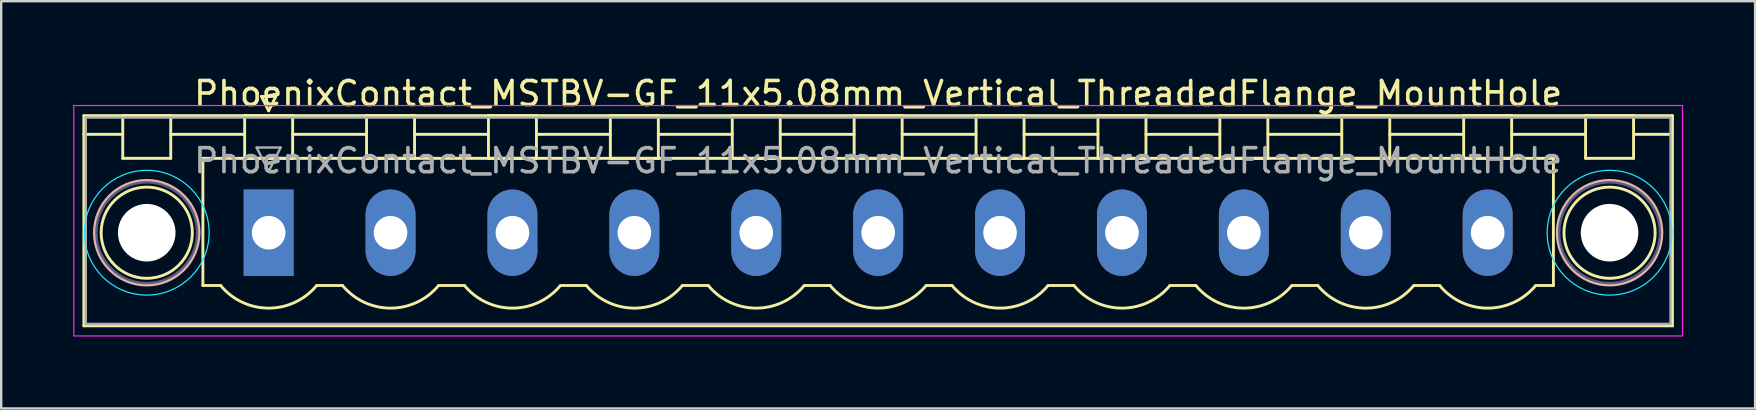
<source format=kicad_pcb>
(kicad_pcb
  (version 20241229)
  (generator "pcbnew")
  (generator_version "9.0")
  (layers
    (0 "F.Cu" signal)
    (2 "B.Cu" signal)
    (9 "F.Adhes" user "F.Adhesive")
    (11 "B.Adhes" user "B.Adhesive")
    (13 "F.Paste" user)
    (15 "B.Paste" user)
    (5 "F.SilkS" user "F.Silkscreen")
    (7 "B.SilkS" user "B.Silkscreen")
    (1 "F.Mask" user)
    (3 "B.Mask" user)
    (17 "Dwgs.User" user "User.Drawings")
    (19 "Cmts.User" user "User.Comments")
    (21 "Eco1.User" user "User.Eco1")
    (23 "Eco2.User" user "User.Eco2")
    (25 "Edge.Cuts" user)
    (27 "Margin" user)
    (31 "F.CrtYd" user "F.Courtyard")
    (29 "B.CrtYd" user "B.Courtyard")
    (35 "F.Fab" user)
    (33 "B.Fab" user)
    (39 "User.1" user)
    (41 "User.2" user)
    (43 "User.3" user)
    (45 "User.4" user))
  (footprint "PhoenixContact_MSTBV-GF_11x5.08mm_Vertical_ThreadedFlange_MountHole"
    (layer "F.Cu")
    (at 8.145 6.648)
    (property "Reference" "PhoenixContact_MSTBV-GF_11x5.08mm_Vertical_ThreadedFlange_MountHole" (at 25.4 -5.8 0) (layer "F.SilkS") (effects (font (size 1 1) (thickness 0.15))))
    (attr through_hole)
    (fp_line (start -7.7 -4.88) (end -7.7 3.88) (stroke (width 0.12) (type solid)) (layer "F.SilkS"))
    (fp_line (start -7.7 -4.1) (end -6.16 -4.1) (stroke (width 0.12) (type solid)) (layer "F.SilkS"))
    (fp_line (start -7.7 3.88) (end 58.5 3.88) (stroke (width 0.12) (type solid)) (layer "F.SilkS"))
    (fp_line (start -6.08 -4.88) (end -4.08 -4.88) (stroke (width 0.12) (type solid)) (layer "F.SilkS"))
    (fp_line (start -6.08 -3.1) (end -6.08 -4.88) (stroke (width 0.12) (type solid)) (layer "F.SilkS"))
    (fp_line (start -4.08 -4.88) (end -4.08 -3.1) (stroke (width 0.12) (type solid)) (layer "F.SilkS"))
    (fp_line (start -4.08 -4.1) (end -1 -4.1) (stroke (width 0.12) (type solid)) (layer "F.SilkS"))
    (fp_line (start -4.08 -3.1) (end -6.08 -3.1) (stroke (width 0.12) (type solid)) (layer "F.SilkS"))
    (fp_line (start -2.74 -3.1) (end 53.54 -3.1) (stroke (width 0.12) (type solid)) (layer "F.SilkS"))
    (fp_line (start -2.74 2.2) (end -2.74 -3.1) (stroke (width 0.12) (type solid)) (layer "F.SilkS"))
    (fp_line (start -2 2.2) (end -2.74 2.2) (stroke (width 0.12) (type solid)) (layer "F.SilkS"))
    (fp_line (start -1 -4.88) (end 1 -4.88) (stroke (width 0.12) (type solid)) (layer "F.SilkS"))
    (fp_line (start -1 -3.1) (end -1 -4.88) (stroke (width 0.12) (type solid)) (layer "F.SilkS"))
    (fp_line (start -0.3 -5.68) (end 0.3 -5.68) (stroke (width 0.12) (type solid)) (layer "F.SilkS"))
    (fp_line (start 0 -5.08) (end -0.3 -5.68) (stroke (width 0.12) (type solid)) (layer "F.SilkS"))
    (fp_line (start 0.3 -5.68) (end 0 -5.08) (stroke (width 0.12) (type solid)) (layer "F.SilkS"))
    (fp_line (start 1 -4.88) (end 1 -3.1) (stroke (width 0.12) (type solid)) (layer "F.SilkS"))
    (fp_line (start 1 -4.1) (end 4.08 -4.1) (stroke (width 0.12) (type solid)) (layer "F.SilkS"))
    (fp_line (start 1 -3.1) (end -1 -3.1) (stroke (width 0.12) (type solid)) (layer "F.SilkS"))
    (fp_line (start 2 2.2) (end 3.08 2.2) (stroke (width 0.12) (type solid)) (layer "F.SilkS"))
    (fp_line (start 4.08 -4.88) (end 6.08 -4.88) (stroke (width 0.12) (type solid)) (layer "F.SilkS"))
    (fp_line (start 4.08 -3.1) (end 4.08 -4.88) (stroke (width 0.12) (type solid)) (layer "F.SilkS"))
    (fp_line (start 6.08 -4.88) (end 6.08 -3.1) (stroke (width 0.12) (type solid)) (layer "F.SilkS"))
    (fp_line (start 6.08 -4.1) (end 9.16 -4.1) (stroke (width 0.12) (type solid)) (layer "F.SilkS"))
    (fp_line (start 6.08 -3.1) (end 4.08 -3.1) (stroke (width 0.12) (type solid)) (layer "F.SilkS"))
    (fp_line (start 7.08 2.2) (end 8.16 2.2) (stroke (width 0.12) (type solid)) (layer "F.SilkS"))
    (fp_line (start 9.16 -4.88) (end 11.16 -4.88) (stroke (width 0.12) (type solid)) (layer "F.SilkS"))
    (fp_line (start 9.16 -3.1) (end 9.16 -4.88) (stroke (width 0.12) (type solid)) (layer "F.SilkS"))
    (fp_line (start 11.16 -4.88) (end 11.16 -3.1) (stroke (width 0.12) (type solid)) (layer "F.SilkS"))
    (fp_line (start 11.16 -4.1) (end 14.24 -4.1) (stroke (width 0.12) (type solid)) (layer "F.SilkS"))
    (fp_line (start 11.16 -3.1) (end 9.16 -3.1) (stroke (width 0.12) (type solid)) (layer "F.SilkS"))
    (fp_line (start 12.16 2.2) (end 13.24 2.2) (stroke (width 0.12) (type solid)) (layer "F.SilkS"))
    (fp_line (start 14.24 -4.88) (end 16.24 -4.88) (stroke (width 0.12) (type solid)) (layer "F.SilkS"))
    (fp_line (start 14.24 -3.1) (end 14.24 -4.88) (stroke (width 0.12) (type solid)) (layer "F.SilkS"))
    (fp_line (start 16.24 -4.88) (end 16.24 -3.1) (stroke (width 0.12) (type solid)) (layer "F.SilkS"))
    (fp_line (start 16.24 -4.1) (end 19.32 -4.1) (stroke (width 0.12) (type solid)) (layer "F.SilkS"))
    (fp_line (start 16.24 -3.1) (end 14.24 -3.1) (stroke (width 0.12) (type solid)) (layer "F.SilkS"))
    (fp_line (start 17.24 2.2) (end 18.32 2.2) (stroke (width 0.12) (type solid)) (layer "F.SilkS"))
    (fp_line (start 19.32 -4.88) (end 21.32 -4.88) (stroke (width 0.12) (type solid)) (layer "F.SilkS"))
    (fp_line (start 19.32 -3.1) (end 19.32 -4.88) (stroke (width 0.12) (type solid)) (layer "F.SilkS"))
    (fp_line (start 21.32 -4.88) (end 21.32 -3.1) (stroke (width 0.12) (type solid)) (layer "F.SilkS"))
    (fp_line (start 21.32 -4.1) (end 24.4 -4.1) (stroke (width 0.12) (type solid)) (layer "F.SilkS"))
    (fp_line (start 21.32 -3.1) (end 19.32 -3.1) (stroke (width 0.12) (type solid)) (layer "F.SilkS"))
    (fp_line (start 22.32 2.2) (end 23.4 2.2) (stroke (width 0.12) (type solid)) (layer "F.SilkS"))
    (fp_line (start 24.4 -4.88) (end 26.4 -4.88) (stroke (width 0.12) (type solid)) (layer "F.SilkS"))
    (fp_line (start 24.4 -3.1) (end 24.4 -4.88) (stroke (width 0.12) (type solid)) (layer "F.SilkS"))
    (fp_line (start 26.4 -4.88) (end 26.4 -3.1) (stroke (width 0.12) (type solid)) (layer "F.SilkS"))
    (fp_line (start 26.4 -4.1) (end 29.48 -4.1) (stroke (width 0.12) (type solid)) (layer "F.SilkS"))
    (fp_line (start 26.4 -3.1) (end 24.4 -3.1) (stroke (width 0.12) (type solid)) (layer "F.SilkS"))
    (fp_line (start 27.4 2.2) (end 28.48 2.2) (stroke (width 0.12) (type solid)) (layer "F.SilkS"))
    (fp_line (start 29.48 -4.88) (end 31.48 -4.88) (stroke (width 0.12) (type solid)) (layer "F.SilkS"))
    (fp_line (start 29.48 -3.1) (end 29.48 -4.88) (stroke (width 0.12) (type solid)) (layer "F.SilkS"))
    (fp_line (start 31.48 -4.88) (end 31.48 -3.1) (stroke (width 0.12) (type solid)) (layer "F.SilkS"))
    (fp_line (start 31.48 -4.1) (end 34.56 -4.1) (stroke (width 0.12) (type solid)) (layer "F.SilkS"))
    (fp_line (start 31.48 -3.1) (end 29.48 -3.1) (stroke (width 0.12) (type solid)) (layer "F.SilkS"))
    (fp_line (start 32.48 2.2) (end 33.56 2.2) (stroke (width 0.12) (type solid)) (layer "F.SilkS"))
    (fp_line (start 34.56 -4.88) (end 36.56 -4.88) (stroke (width 0.12) (type solid)) (layer "F.SilkS"))
    (fp_line (start 34.56 -3.1) (end 34.56 -4.88) (stroke (width 0.12) (type solid)) (layer "F.SilkS"))
    (fp_line (start 36.56 -4.88) (end 36.56 -3.1) (stroke (width 0.12) (type solid)) (layer "F.SilkS"))
    (fp_line (start 36.56 -4.1) (end 39.64 -4.1) (stroke (width 0.12) (type solid)) (layer "F.SilkS"))
    (fp_line (start 36.56 -3.1) (end 34.56 -3.1) (stroke (width 0.12) (type solid)) (layer "F.SilkS"))
    (fp_line (start 37.56 2.2) (end 38.64 2.2) (stroke (width 0.12) (type solid)) (layer "F.SilkS"))
    (fp_line (start 39.64 -4.88) (end 41.64 -4.88) (stroke (width 0.12) (type solid)) (layer "F.SilkS"))
    (fp_line (start 39.64 -3.1) (end 39.64 -4.88) (stroke (width 0.12) (type solid)) (layer "F.SilkS"))
    (fp_line (start 41.64 -4.88) (end 41.64 -3.1) (stroke (width 0.12) (type solid)) (layer "F.SilkS"))
    (fp_line (start 41.64 -4.1) (end 44.72 -4.1) (stroke (width 0.12) (type solid)) (layer "F.SilkS"))
    (fp_line (start 41.64 -3.1) (end 39.64 -3.1) (stroke (width 0.12) (type solid)) (layer "F.SilkS"))
    (fp_line (start 42.64 2.2) (end 43.72 2.2) (stroke (width 0.12) (type solid)) (layer "F.SilkS"))
    (fp_line (start 44.72 -4.88) (end 46.72 -4.88) (stroke (width 0.12) (type solid)) (layer "F.SilkS"))
    (fp_line (start 44.72 -3.1) (end 44.72 -4.88) (stroke (width 0.12) (type solid)) (layer "F.SilkS"))
    (fp_line (start 46.72 -4.88) (end 46.72 -3.1) (stroke (width 0.12) (type solid)) (layer "F.SilkS"))
    (fp_line (start 46.72 -4.1) (end 49.8 -4.1) (stroke (width 0.12) (type solid)) (layer "F.SilkS"))
    (fp_line (start 46.72 -3.1) (end 44.72 -3.1) (stroke (width 0.12) (type solid)) (layer "F.SilkS"))
    (fp_line (start 47.72 2.2) (end 48.8 2.2) (stroke (width 0.12) (type solid)) (layer "F.SilkS"))
    (fp_line (start 49.8 -4.88) (end 51.8 -4.88) (stroke (width 0.12) (type solid)) (layer "F.SilkS"))
    (fp_line (start 49.8 -3.1) (end 49.8 -4.88) (stroke (width 0.12) (type solid)) (layer "F.SilkS"))
    (fp_line (start 51.8 -4.88) (end 51.8 -3.1) (stroke (width 0.12) (type solid)) (layer "F.SilkS"))
    (fp_line (start 51.8 -4.1) (end 54.88 -4.1) (stroke (width 0.12) (type solid)) (layer "F.SilkS"))
    (fp_line (start 51.8 -3.1) (end 49.8 -3.1) (stroke (width 0.12) (type solid)) (layer "F.SilkS"))
    (fp_line (start 53.54 -3.1) (end 53.54 2.2) (stroke (width 0.12) (type solid)) (layer "F.SilkS"))
    (fp_line (start 53.54 2.2) (end 52.8 2.2) (stroke (width 0.12) (type solid)) (layer "F.SilkS"))
    (fp_line (start 54.88 -4.88) (end 56.88 -4.88) (stroke (width 0.12) (type solid)) (layer "F.SilkS"))
    (fp_line (start 54.88 -3.1) (end 54.88 -4.88) (stroke (width 0.12) (type solid)) (layer "F.SilkS"))
    (fp_line (start 56.88 -4.88) (end 56.88 -3.1) (stroke (width 0.12) (type solid)) (layer "F.SilkS"))
    (fp_line (start 56.88 -3.1) (end 54.88 -3.1) (stroke (width 0.12) (type solid)) (layer "F.SilkS"))
    (fp_line (start 58.5 -4.88) (end -7.7 -4.88) (stroke (width 0.12) (type solid)) (layer "F.SilkS"))
    (fp_line (start 58.5 -4.1) (end 56.96 -4.1) (stroke (width 0.12) (type solid)) (layer "F.SilkS"))
    (fp_line (start 58.5 3.88) (end 58.5 -4.88) (stroke (width 0.12) (type solid)) (layer "F.SilkS"))
    (fp_arc (start 1.986842 2.215821) (mid -0.010289 3.142758) (end -2 2.2) (stroke (width 0.12) (type solid)) (layer "F.SilkS"))
    (fp_arc (start 7.066842 2.215821) (mid 5.069711 3.142758) (end 3.08 2.2) (stroke (width 0.12) (type solid)) (layer "F.SilkS"))
    (fp_arc (start 12.146842 2.215821) (mid 10.149711 3.142758) (end 8.16 2.2) (stroke (width 0.12) (type solid)) (layer "F.SilkS"))
    (fp_arc (start 17.226842 2.215821) (mid 15.229711 3.142758) (end 13.24 2.2) (stroke (width 0.12) (type solid)) (layer "F.SilkS"))
    (fp_arc (start 22.306842 2.215821) (mid 20.309711 3.142758) (end 18.32 2.2) (stroke (width 0.12) (type solid)) (layer "F.SilkS"))
    (fp_arc (start 27.386842 2.215821) (mid 25.389711 3.142758) (end 23.4 2.2) (stroke (width 0.12) (type solid)) (layer "F.SilkS"))
    (fp_arc (start 32.466842 2.215821) (mid 30.469711 3.142758) (end 28.48 2.2) (stroke (width 0.12) (type solid)) (layer "F.SilkS"))
    (fp_arc (start 37.546842 2.215821) (mid 35.549711 3.142758) (end 33.56 2.2) (stroke (width 0.12) (type solid)) (layer "F.SilkS"))
    (fp_arc (start 42.626842 2.215821) (mid 40.629711 3.142758) (end 38.64 2.2) (stroke (width 0.12) (type solid)) (layer "F.SilkS"))
    (fp_arc (start 47.706842 2.215821) (mid 45.709711 3.142758) (end 43.72 2.2) (stroke (width 0.12) (type solid)) (layer "F.SilkS"))
    (fp_arc (start 52.786842 2.215821) (mid 50.789711 3.142758) (end 48.8 2.2) (stroke (width 0.12) (type solid)) (layer "F.SilkS"))
    (fp_circle (center -5.08 0) (end -3.18 0) (stroke (width 0.12) (type solid)) (fill no) (layer "F.SilkS"))
    (fp_circle (center 55.88 0) (end 57.78 0) (stroke (width 0.12) (type solid)) (fill no) (layer "F.SilkS"))
    (fp_circle (center -5.08 0) (end -2.9 0) (stroke (width 0.12) (type solid)) (fill no) (layer "B.SilkS"))
    (fp_circle (center 55.88 0) (end 58.06 0) (stroke (width 0.12) (type solid)) (fill no) (layer "B.SilkS"))
    (fp_circle (center -5.08 0) (end -2.48 0) (stroke (width 0.05) (type solid)) (fill no) (layer "B.CrtYd"))
    (fp_circle (center 55.88 0) (end 58.48 0) (stroke (width 0.05) (type solid)) (fill no) (layer "B.CrtYd"))
    (fp_line (start -8.12 -5.3) (end -8.12 4.3) (stroke (width 0.05) (type solid)) (layer "F.CrtYd"))
    (fp_line (start -8.12 4.3) (end 58.92 4.3) (stroke (width 0.05) (type solid)) (layer "F.CrtYd"))
    (fp_line (start 58.92 -5.3) (end -8.12 -5.3) (stroke (width 0.05) (type solid)) (layer "F.CrtYd"))
    (fp_line (start 58.92 4.3) (end 58.92 -5.3) (stroke (width 0.05) (type solid)) (layer "F.CrtYd"))
    (fp_circle (center -5.08 0) (end -2.98 0) (stroke (width 0.1) (type solid)) (fill no) (layer "B.Fab"))
    (fp_circle (center 55.88 0) (end 57.98 0) (stroke (width 0.1) (type solid)) (fill no) (layer "B.Fab"))
    (fp_line (start -7.62 -4.8) (end -7.62 3.8) (stroke (width 0.1) (type solid)) (layer "F.Fab"))
    (fp_line (start -7.62 3.8) (end 58.42 3.8) (stroke (width 0.1) (type solid)) (layer "F.Fab"))
    (fp_line (start -0.5 -3.55) (end 0.5 -3.55) (stroke (width 0.1) (type solid)) (layer "F.Fab"))
    (fp_line (start 0 -2.55) (end -0.5 -3.55) (stroke (width 0.1) (type solid)) (layer "F.Fab"))
    (fp_line (start 0.5 -3.55) (end 0 -2.55) (stroke (width 0.1) (type solid)) (layer "F.Fab"))
    (fp_line (start 58.42 -4.8) (end -7.62 -4.8) (stroke (width 0.1) (type solid)) (layer "F.Fab"))
    (fp_line (start 58.42 3.8) (end 58.42 -4.8) (stroke (width 0.1) (type solid)) (layer "F.Fab"))
    (fp_text user "${REFERENCE}" (at 25.4 -3 0) (layer "F.Fab") (effects (font (size 1 1) (thickness 0.15))))
    (pad "" np_thru_hole circle (at -5.08 0) (size 2.4 2.4) (drill 2.4) (layers "*.Cu" "*.Mask"))
    (pad "" np_thru_hole circle (at 55.88 0) (size 2.4 2.4) (drill 2.4) (layers "*.Cu" "*.Mask"))
    (pad "1" thru_hole rect (at 0 0) (size 2.08 3.6) (drill 1.4) (layers "*.Cu" "*.Mask"))
    (pad "2" thru_hole oval (at 5.08 0) (size 2.08 3.6) (drill 1.4) (layers "*.Cu" "*.Mask"))
    (pad "3" thru_hole oval (at 10.16 0) (size 2.08 3.6) (drill 1.4) (layers "*.Cu" "*.Mask"))
    (pad "4" thru_hole oval (at 15.24 0) (size 2.08 3.6) (drill 1.4) (layers "*.Cu" "*.Mask"))
    (pad "5" thru_hole oval (at 20.32 0) (size 2.08 3.6) (drill 1.4) (layers "*.Cu" "*.Mask"))
    (pad "6" thru_hole oval (at 25.4 0) (size 2.08 3.6) (drill 1.4) (layers "*.Cu" "*.Mask"))
    (pad "7" thru_hole oval (at 30.48 0) (size 2.08 3.6) (drill 1.4) (layers "*.Cu" "*.Mask"))
    (pad "8" thru_hole oval (at 35.56 0) (size 2.08 3.6) (drill 1.4) (layers "*.Cu" "*.Mask"))
    (pad "9" thru_hole oval (at 40.64 0) (size 2.08 3.6) (drill 1.4) (layers "*.Cu" "*.Mask"))
    (pad "10" thru_hole oval (at 45.72 0) (size 2.08 3.6) (drill 1.4) (layers "*.Cu" "*.Mask"))
    (pad "11" thru_hole oval (at 50.8 0) (size 2.08 3.6) (drill 1.4) (layers "*.Cu" "*.Mask")))
  (gr_rect
    (start -3 -3)
    (end 70.09 13.973)
    (stroke (width 0.1) (type default))
    (fill no)
    (layer "Edge.Cuts")))
</source>
